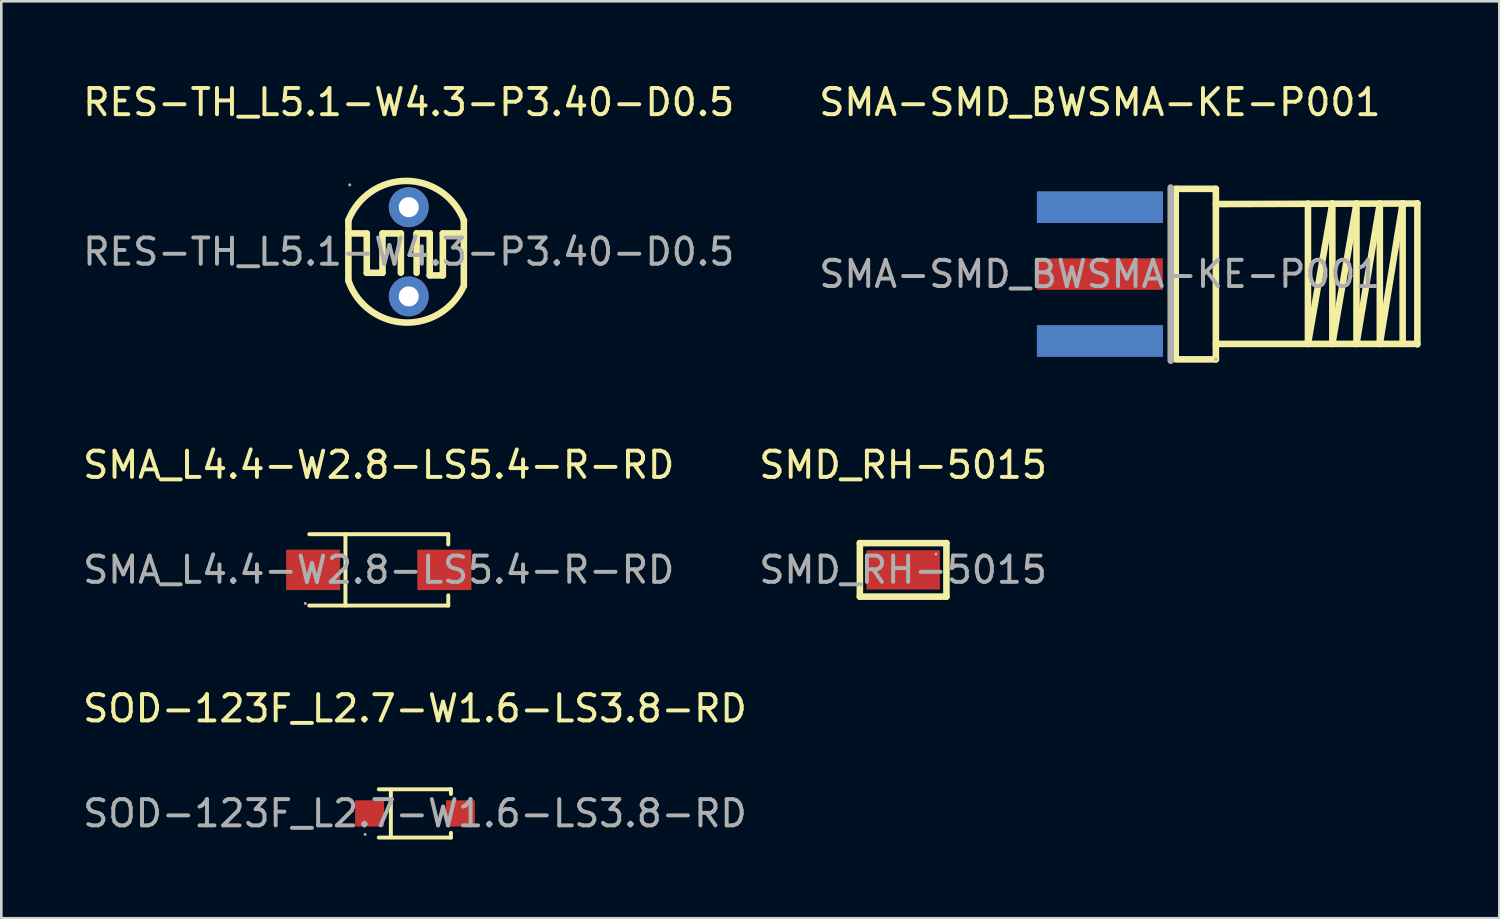
<source format=kicad_pcb>
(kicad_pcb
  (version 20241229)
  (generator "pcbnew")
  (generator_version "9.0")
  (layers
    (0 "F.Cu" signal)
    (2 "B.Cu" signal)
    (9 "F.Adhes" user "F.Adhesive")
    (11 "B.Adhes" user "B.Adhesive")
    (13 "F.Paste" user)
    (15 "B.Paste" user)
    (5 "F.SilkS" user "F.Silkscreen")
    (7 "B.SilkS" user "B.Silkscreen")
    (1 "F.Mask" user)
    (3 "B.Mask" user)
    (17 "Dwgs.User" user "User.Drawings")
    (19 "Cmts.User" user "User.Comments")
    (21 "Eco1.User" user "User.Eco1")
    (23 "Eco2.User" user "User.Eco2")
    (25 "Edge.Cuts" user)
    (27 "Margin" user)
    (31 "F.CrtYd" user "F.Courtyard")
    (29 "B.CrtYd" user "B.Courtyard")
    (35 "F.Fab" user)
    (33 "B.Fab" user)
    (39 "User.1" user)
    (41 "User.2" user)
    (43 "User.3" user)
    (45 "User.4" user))
  (footprint "SMD_RH-5015"
    (layer "F.Cu")
    (at 31.375 18.672)
    (property "Reference" "SMD_RH-5015" (at 0 -4 0) (layer "F.SilkS") (effects (font (size 1 1) (thickness 0.15))))
    (attr smd)
    (fp_line (start -1.65 -1.02) (end 1.65 -1.02) (stroke (width 0.25) (type solid)) (layer "F.SilkS"))
    (fp_line (start -1.65 1.02) (end -1.65 -1.02) (stroke (width 0.25) (type solid)) (layer "F.SilkS"))
    (fp_line (start 1.65 -1.02) (end 1.65 1.02) (stroke (width 0.25) (type solid)) (layer "F.SilkS"))
    (fp_line (start 1.65 1.02) (end -1.65 1.02) (stroke (width 0.25) (type solid)) (layer "F.SilkS"))
    (fp_circle (center 1.25 -0.6) (end 1.28 -0.6) (stroke (width 0.06) (type solid)) (fill no) (layer "F.Fab"))
    (fp_text user "${REFERENCE}" (at 0 0 0) (layer "F.Fab") (effects (font (size 1 1) (thickness 0.15))))
    (pad "1" smd rect (at 0 0) (size 2.8 1.5) (layers "F.Cu" "F.Mask" "F.Paste")))
  (footprint "SMA_L4.4-W2.8-LS5.4-R-RD"
    (layer "F.Cu")
    (at 11.387 18.672)
    (property "Reference" "SMA_L4.4-W2.8-LS5.4-R-RD" (at 0 -4 0) (layer "F.SilkS") (effects (font (size 1 1) (thickness 0.15))))
    (attr smd)
    (fp_line (start -2.65 -1.36) (end 2.65 -1.36) (stroke (width 0.15) (type solid)) (layer "F.SilkS"))
    (fp_line (start -2.65 1.36) (end 2.65 1.36) (stroke (width 0.15) (type solid)) (layer "F.SilkS"))
    (fp_line (start -1.27 -1.36) (end -1.27 1.36) (stroke (width 0.15) (type solid)) (layer "F.SilkS"))
    (fp_line (start 2.65 -1.36) (end 2.65 -0.97) (stroke (width 0.15) (type solid)) (layer "F.SilkS"))
    (fp_line (start 2.65 1.36) (end 2.65 0.97) (stroke (width 0.15) (type solid)) (layer "F.SilkS"))
    (fp_circle (center -2.8 1.28) (end -2.77 1.28) (stroke (width 0.06) (type solid)) (fill no) (layer "F.Fab"))
    (fp_text user "${REFERENCE}" (at 0 0 0) (layer "F.Fab") (effects (font (size 1 1) (thickness 0.15))))
    (pad "1" smd rect (at 2.5 0) (size 2.06 1.54) (layers "F.Cu" "F.Mask" "F.Paste"))
    (pad "2" smd rect (at -2.5 0) (size 2.06 1.54) (layers "F.Cu" "F.Mask" "F.Paste")))
  (footprint "SMA-SMD_BWSMA-KE-P001"
    (layer "F.Cu")
    (at 38.875 7.398)
    (property "Reference" "SMA-SMD_BWSMA-KE-P001" (at 0 -6.55 0) (layer "F.SilkS") (effects (font (size 1 1) (thickness 0.15))))
    (attr smd)
    (fp_line (start 2.89 -3.25) (end 2.89 3.17) (stroke (width 0.25) (type solid)) (layer "F.SilkS"))
    (fp_line (start 4.42 -3.25) (end 2.89 -3.25) (stroke (width 0.25) (type solid)) (layer "F.SilkS"))
    (fp_line (start 4.42 -3.25) (end 4.42 3.25) (stroke (width 0.25) (type solid)) (layer "F.SilkS"))
    (fp_line (start 4.42 3.25) (end 2.89 3.25) (stroke (width 0.25) (type solid)) (layer "F.SilkS"))
    (fp_line (start 7.93 -2.69) (end 7.93 2.66) (stroke (width 0.25) (type solid)) (layer "F.SilkS"))
    (fp_line (start 7.93 2.66) (end 8.86 -2.69) (stroke (width 0.25) (type solid)) (layer "F.SilkS"))
    (fp_line (start 8.86 -2.69) (end 8.86 2.66) (stroke (width 0.25) (type solid)) (layer "F.SilkS"))
    (fp_line (start 8.86 2.66) (end 9.78 -2.69) (stroke (width 0.25) (type solid)) (layer "F.SilkS"))
    (fp_line (start 9.78 -2.69) (end 9.78 2.66) (stroke (width 0.25) (type solid)) (layer "F.SilkS"))
    (fp_line (start 9.78 2.66) (end 10.67 -2.69) (stroke (width 0.25) (type solid)) (layer "F.SilkS"))
    (fp_line (start 10.67 -2.69) (end 10.67 2.66) (stroke (width 0.25) (type solid)) (layer "F.SilkS"))
    (fp_line (start 10.67 2.66) (end 11.54 -2.69) (stroke (width 0.25) (type solid)) (layer "F.SilkS"))
    (fp_line (start 11.54 -2.69) (end 4.42 -2.67) (stroke (width 0.25) (type solid)) (layer "F.SilkS"))
    (fp_line (start 11.54 -2.69) (end 11.54 2.66) (stroke (width 0.25) (type solid)) (layer "F.SilkS"))
    (fp_line (start 11.54 -2.69) (end 12.09 -2.69) (stroke (width 0.25) (type solid)) (layer "F.SilkS"))
    (fp_line (start 11.54 2.66) (end 4.42 2.66) (stroke (width 0.25) (type solid)) (layer "F.SilkS"))
    (fp_line (start 11.54 2.66) (end 12.1 2.66) (stroke (width 0.25) (type solid)) (layer "F.SilkS"))
    (fp_line (start 12.09 -2.69) (end 12.1 -2.7) (stroke (width 0.25) (type solid)) (layer "F.SilkS"))
    (fp_line (start 12.1 -2.7) (end 12.1 2.68) (stroke (width 0.25) (type solid)) (layer "F.SilkS"))
    (fp_line (start 2.7 -3.3) (end 2.7 3.3) (stroke (width 0.25) (type solid)) (layer "F.Fab"))
    (fp_circle (center 4.42 3.25) (end 4.45 3.25) (stroke (width 0.06) (type solid)) (fill no) (layer "F.Fab"))
    (fp_text user "${REFERENCE}" (at 0 0 0) (layer "F.Fab") (effects (font (size 1 1) (thickness 0.15))))
    (pad "1" smd rect (at 0 2.55) (size 4.8 1.2) (layers "F.Cu" "F.Mask" "F.Paste"))
    (pad "2" smd rect (at 0 -2.55) (size 4.8 1.2) (layers "F.Cu" "F.Mask" "F.Paste"))
    (pad "3" smd rect (at 0 -2.55) (size 4.8 1.2) (layers "B.Cu" "B.Mask" "B.Paste"))
    (pad "4" smd rect (at 0 2.55) (size 4.8 1.2) (layers "B.Cu" "B.Mask" "B.Paste"))
    (pad "5" smd rect (at 0 0) (size 4.8 1.2) (layers "F.Cu" "F.Mask" "F.Paste")))
  (footprint "RES-TH_L5.1-W4.3-P3.40-D0.5"
    (layer "F.Cu")
    (at 12.53 6.548)
    (property "Reference" "RES-TH_L5.1-W4.3-P3.40-D0.5" (at 0 -5.7 0) (layer "F.SilkS") (effects (font (size 1 1) (thickness 0.15))))
    (attr through_hole)
    (fp_line (start -2.3 -0.7) (end -1.6 -0.7) (stroke (width 0.25) (type solid)) (layer "F.SilkS"))
    (fp_line (start -2.3 1.1) (end -2.3 -1.2) (stroke (width 0.25) (type solid)) (layer "F.SilkS"))
    (fp_line (start -1.6 -0.7) (end -1.6 0.8) (stroke (width 0.25) (type solid)) (layer "F.SilkS"))
    (fp_line (start -1.6 0.8) (end -1 0.8) (stroke (width 0.25) (type solid)) (layer "F.SilkS"))
    (fp_line (start -1 -0.7) (end -0.3 -0.7) (stroke (width 0.25) (type solid)) (layer "F.SilkS"))
    (fp_line (start -1 0.8) (end -1 -0.7) (stroke (width 0.25) (type solid)) (layer "F.SilkS"))
    (fp_line (start -0.3 -0.7) (end -0.3 0.8) (stroke (width 0.25) (type solid)) (layer "F.SilkS"))
    (fp_line (start 0.3 -0.7) (end 0.8 -0.7) (stroke (width 0.25) (type solid)) (layer "F.SilkS"))
    (fp_line (start 0.3 0.8) (end 0.3 -0.7) (stroke (width 0.25) (type solid)) (layer "F.SilkS"))
    (fp_line (start 0.8 -0.7) (end 0.8 0.9) (stroke (width 0.25) (type solid)) (layer "F.SilkS"))
    (fp_line (start 0.8 0.9) (end 1.3 0.9) (stroke (width 0.25) (type solid)) (layer "F.SilkS"))
    (fp_line (start 1.3 -0.7) (end 2.1 -0.7) (stroke (width 0.25) (type solid)) (layer "F.SilkS"))
    (fp_line (start 1.3 0.9) (end 1.3 -0.7) (stroke (width 0.25) (type solid)) (layer "F.SilkS"))
    (fp_line (start 2.1 1.3) (end 2.1 -1.2) (stroke (width 0.25) (type solid)) (layer "F.SilkS"))
    (fp_arc (start -2.3 -1.2) (mid -0.0946 -2.702112) (end 2.103909 -1.189932) (stroke (width 0.25) (type solid)) (layer "F.SilkS"))
    (fp_arc (start 2.1 1.3) (mid -0.163225 2.695554) (end -2.296284 1.108161) (stroke (width 0.25) (type solid)) (layer "F.SilkS"))
    (fp_circle (center -2.25 -2.55) (end -2.22 -2.55) (stroke (width 0.06) (type solid)) (fill no) (layer "F.Fab"))
    (fp_circle (center 0 -1.7) (end 0.12 -1.7) (stroke (width 0.25) (type solid)) (fill no) (layer "F.Fab"))
    (fp_circle (center 0 1.7) (end 0.12 1.7) (stroke (width 0.25) (type solid)) (fill no) (layer "F.Fab"))
    (fp_text user "${REFERENCE}" (at 0 0 0) (layer "F.Fab") (effects (font (size 1 1) (thickness 0.15))))
    (pad "1" thru_hole circle (at 0 -1.7 270) (size 1.52 1.52) (drill 0.762) (layers "*.Cu" "*.Mask"))
    (pad "2" thru_hole circle (at 0 1.7 270) (size 1.52 1.52) (drill 0.762) (layers "*.Cu" "*.Mask")))
  (footprint "SOD-123F_L2.7-W1.6-LS3.8-RD"
    (layer "F.Cu")
    (at 12.768 27.955)
    (property "Reference" "SOD-123F_L2.7-W1.6-LS3.8-RD" (at 0 -4 0) (layer "F.SilkS") (effects (font (size 1 1) (thickness 0.15))))
    (attr smd)
    (fp_line (start -1.38 -0.92) (end 1.37 -0.92) (stroke (width 0.15) (type solid)) (layer "F.SilkS"))
    (fp_line (start -1.38 0.92) (end 1.37 0.92) (stroke (width 0.15) (type solid)) (layer "F.SilkS"))
    (fp_line (start -0.92 -0.88) (end -0.92 0.88) (stroke (width 0.15) (type solid)) (layer "F.SilkS"))
    (fp_line (start 1.37 -0.92) (end 1.37 -0.74) (stroke (width 0.15) (type solid)) (layer "F.SilkS"))
    (fp_line (start 1.37 0.92) (end 1.37 0.74) (stroke (width 0.15) (type solid)) (layer "F.SilkS"))
    (fp_circle (center -1.9 0.8) (end -1.87 0.8) (stroke (width 0.06) (type solid)) (fill no) (layer "F.Fab"))
    (fp_text user "${REFERENCE}" (at 0 0 0) (layer "F.Fab") (effects (font (size 1 1) (thickness 0.15))))
    (pad "1" smd rect (at -1.73 0) (size 1.1 1) (layers "F.Cu" "F.Mask" "F.Paste"))
    (pad "2" smd rect (at 1.73 0) (size 1.1 1) (layers "F.Cu" "F.Mask" "F.Paste")))
  (gr_rect
    (start -3 -3)
    (end 54.1 31.95)
    (stroke (width 0.1) (type default))
    (fill no)
    (layer "Edge.Cuts")))
</source>
